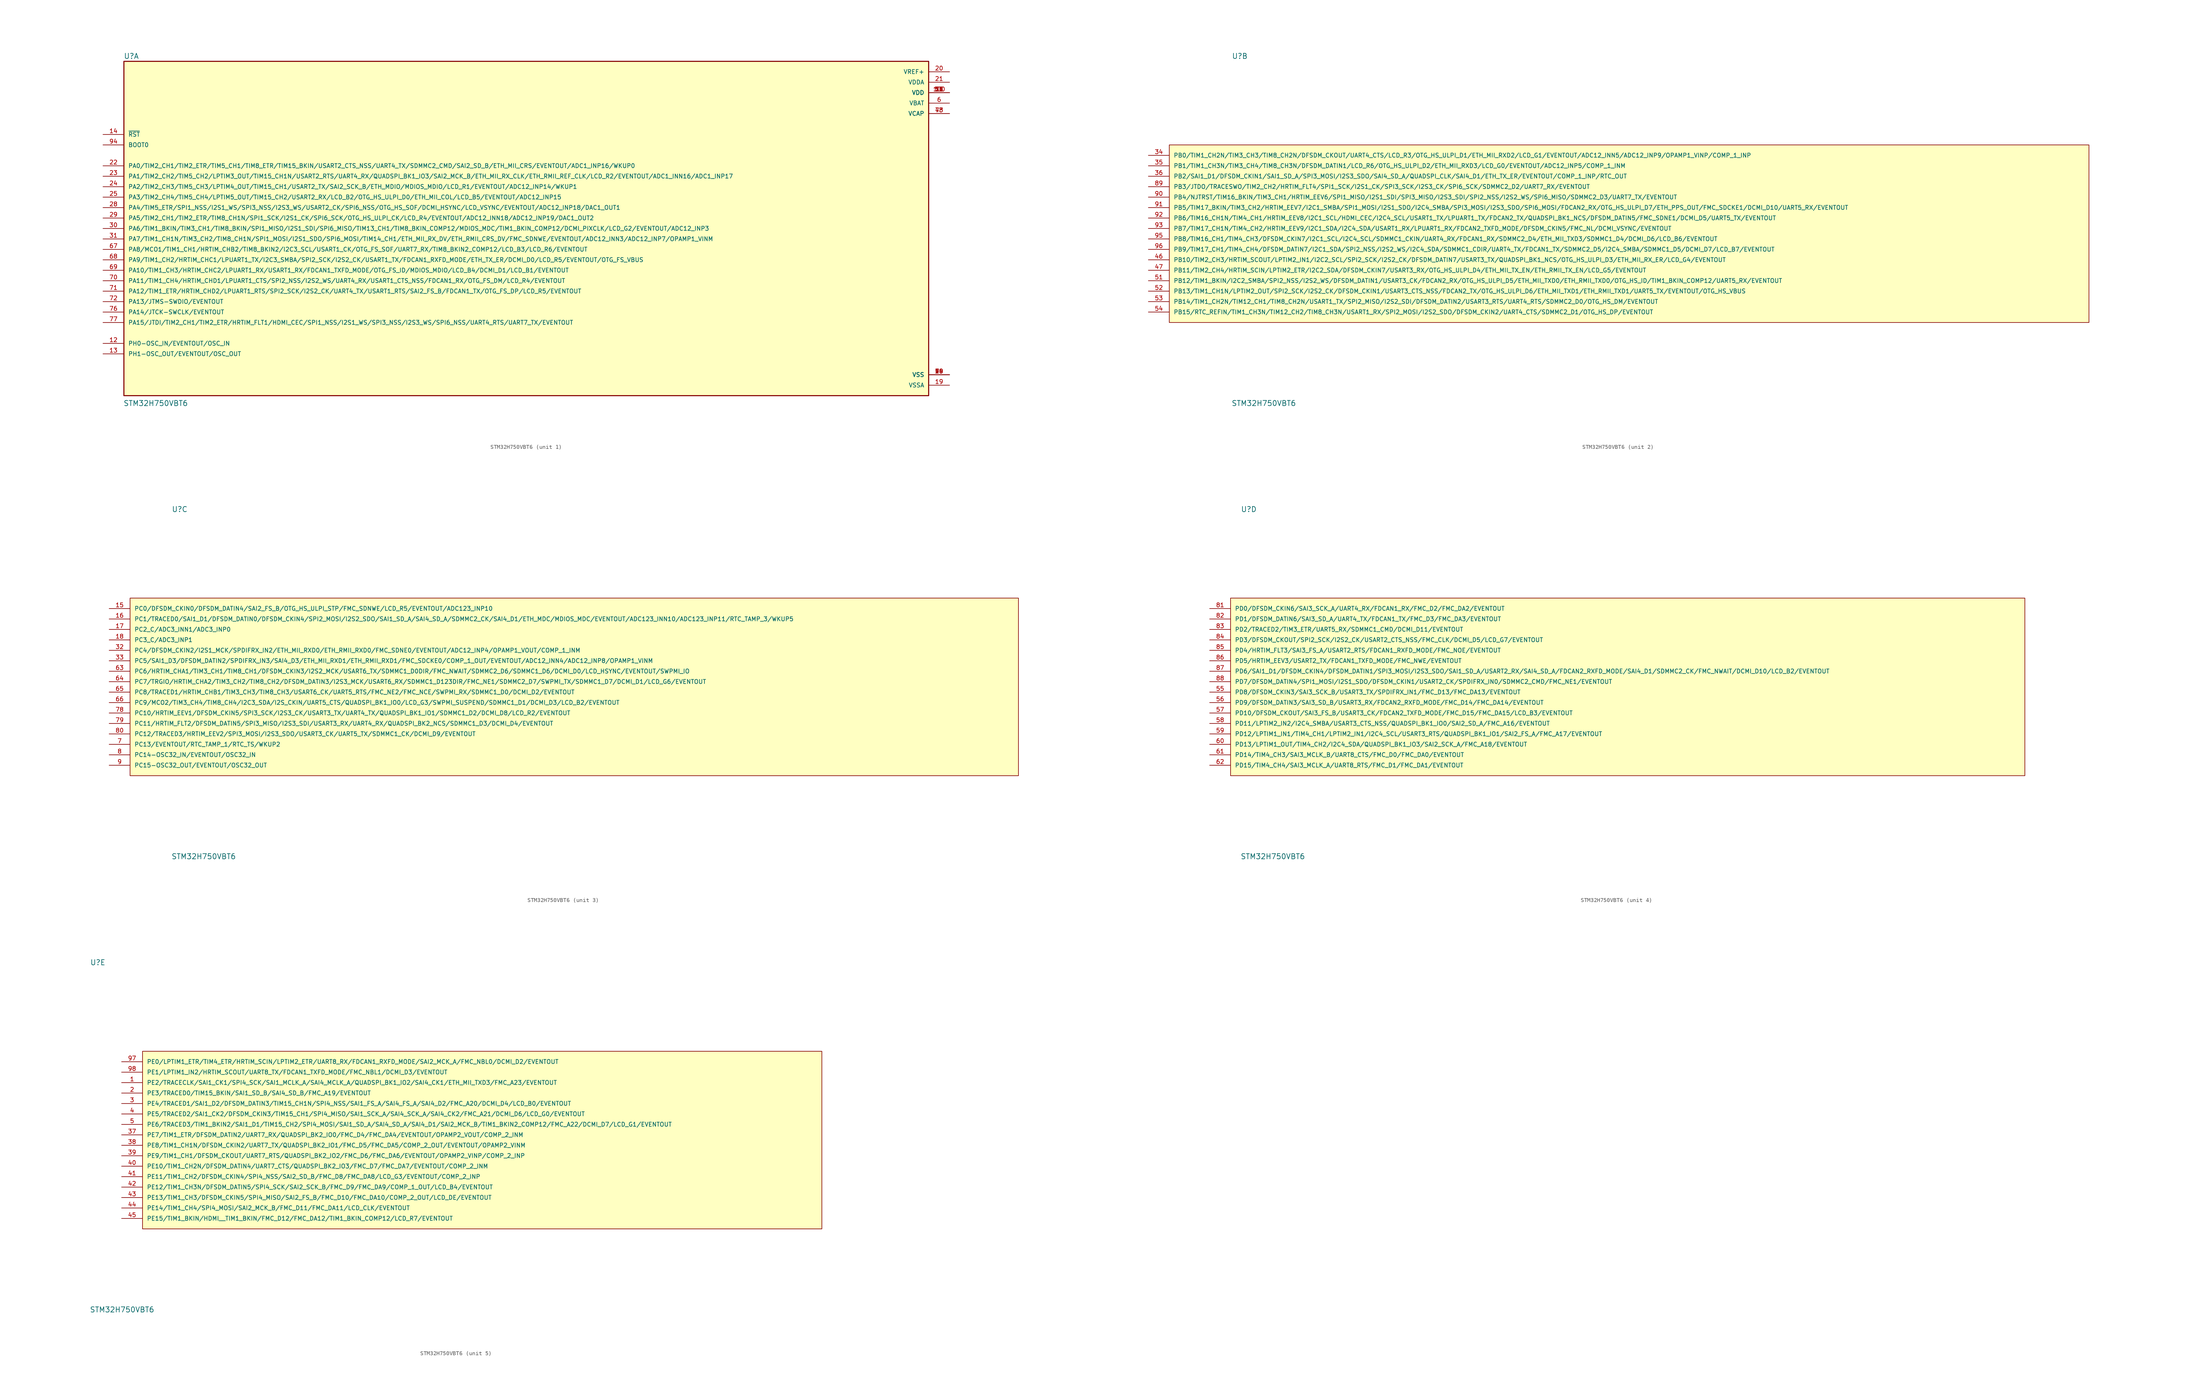
<source format=kicad_sym>
(kicad_symbol_lib
  (version 20211014)
  (generator kicad_symbol_editor)
  (symbol "STM32H750VBT6"
    (pin_names
      (offset 1.016))
    (property "Reference" "U"
      (at -96.564 41.166 0)
      (effects (font (size 1.27 1.27)) (justify bottom left)))
    (property "Value" "STM32H750VBT6"
      (at -96.654 -43.24 0)
      (effects (font (size 1.27 1.27)) (justify bottom left)))
    (symbol "STM32H750VBT6_1_0"
      (rectangle (start -96.52 -40.64) (end 99.06 40.64) (stroke (width 0.254)) (fill (type background)))
      (pin power_in line (at 104.14 30.48 180.0) (length 5.08) (name "VBAT" (effects (font (size 1.016 1.016)))) (number "6" (effects (font (size 1.016 1.016)))))
      (pin power_in line (at 104.14 -35.56 180.0) (length 5.08) (name "VSS" (effects (font (size 1.016 1.016)))) (number "10" (effects (font (size 1.016 1.016)))))
      (pin power_in line (at 104.14 -35.56 180.0) (length 5.08) (name "VSS" (effects (font (size 1.016 1.016)))) (number "26" (effects (font (size 1.016 1.016)))))
      (pin power_in line (at 104.14 -35.56 180.0) (length 5.08) (name "VSS" (effects (font (size 1.016 1.016)))) (number "49" (effects (font (size 1.016 1.016)))))
      (pin power_in line (at 104.14 -35.56 180.0) (length 5.08) (name "VSS" (effects (font (size 1.016 1.016)))) (number "74" (effects (font (size 1.016 1.016)))))
      (pin power_in line (at 104.14 -35.56 180.0) (length 5.08) (name "VSS" (effects (font (size 1.016 1.016)))) (number "99" (effects (font (size 1.016 1.016)))))
      (pin power_in line (at 104.14 33.02 180.0) (length 5.08) (name "VDD" (effects (font (size 1.016 1.016)))) (number "11" (effects (font (size 1.016 1.016)))))
      (pin power_in line (at 104.14 33.02 180.0) (length 5.08) (name "VDD" (effects (font (size 1.016 1.016)))) (number "27" (effects (font (size 1.016 1.016)))))
      (pin power_in line (at 104.14 33.02 180.0) (length 5.08) (name "VDD" (effects (font (size 1.016 1.016)))) (number "50" (effects (font (size 1.016 1.016)))))
      (pin power_in line (at 104.14 33.02 180.0) (length 5.08) (name "VDD" (effects (font (size 1.016 1.016)))) (number "75" (effects (font (size 1.016 1.016)))))
      (pin power_in line (at 104.14 33.02 180.0) (length 5.08) (name "VDD" (effects (font (size 1.016 1.016)))) (number "100" (effects (font (size 1.016 1.016)))))
      (pin bidirectional line (at -101.6 -27.94 0) (length 5.08) (name "PH0-OSC_IN/EVENTOUT/OSC_IN" (effects (font (size 1.016 1.016)))) (number "12" (effects (font (size 1.016 1.016)))))
      (pin bidirectional line (at -101.6 -30.48 0) (length 5.08) (name "PH1-OSC_OUT/EVENTOUT/OSC_OUT" (effects (font (size 1.016 1.016)))) (number "13" (effects (font (size 1.016 1.016)))))
      (pin input line (at -101.6 22.86 0) (length 5.08) (name "~{RST}" (effects (font (size 1.016 1.016)))) (number "14" (effects (font (size 1.016 1.016)))))
      (pin power_in line (at 104.14 -38.1 180.0) (length 5.08) (name "VSSA" (effects (font (size 1.016 1.016)))) (number "19" (effects (font (size 1.016 1.016)))))
      (pin power_in line (at 104.14 38.1 180.0) (length 5.08) (name "VREF+" (effects (font (size 1.016 1.016)))) (number "20" (effects (font (size 1.016 1.016)))))
      (pin power_in line (at 104.14 35.56 180.0) (length 5.08) (name "VDDA" (effects (font (size 1.016 1.016)))) (number "21" (effects (font (size 1.016 1.016)))))
      (pin bidirectional line (at -101.6 15.24 0) (length 5.08) (name "PA0/TIM2_CH1/TIM2_ETR/TIM5_CH1/TIM8_ETR/TIM15_BKIN/USART2_CTS_NSS/UART4_TX/SDMMC2_CMD/SAI2_SD_B/ETH_MII_CRS/EVENTOUT/ADC1_INP16/WKUP0" (effects (font (size 1.016 1.016)))) (number "22" (effects (font (size 1.016 1.016)))))
      (pin bidirectional line (at -101.6 12.7 0) (length 5.08) (name "PA1/TIM2_CH2/TIM5_CH2/LPTIM3_OUT/TIM15_CH1N/USART2_RTS/UART4_RX/QUADSPI_BK1_IO3/SAI2_MCK_B/ETH_MII_RX_CLK/ETH_RMII_REF_CLK/LCD_R2/EVENTOUT/ADC1_INN16/ADC1_INP17" (effects (font (size 1.016 1.016)))) (number "23" (effects (font (size 1.016 1.016)))))
      (pin bidirectional line (at -101.6 10.16 0) (length 5.08) (name "PA2/TIM2_CH3/TIM5_CH3/LPTIM4_OUT/TIM15_CH1/USART2_TX/SAI2_SCK_B/ETH_MDIO/MDIOS_MDIO/LCD_R1/EVENTOUT/ADC12_INP14/WKUP1" (effects (font (size 1.016 1.016)))) (number "24" (effects (font (size 1.016 1.016)))))
      (pin bidirectional line (at -101.6 7.62 0) (length 5.08) (name "PA3/TIM2_CH4/TIM5_CH4/LPTIM5_OUT/TIM15_CH2/USART2_RX/LCD_B2/OTG_HS_ULPI_D0/ETH_MII_COL/LCD_B5/EVENTOUT/ADC12_INP15" (effects (font (size 1.016 1.016)))) (number "25" (effects (font (size 1.016 1.016)))))
      (pin bidirectional line (at -101.6 5.08 0) (length 5.08) (name "PA4/TIM5_ETR/SPI1_NSS/I2S1_WS/SPI3_NSS/I2S3_WS/USART2_CK/SPI6_NSS/OTG_HS_SOF/DCMI_HSYNC/LCD_VSYNC/EVENTOUT/ADC12_INP18/DAC1_OUT1" (effects (font (size 1.016 1.016)))) (number "28" (effects (font (size 1.016 1.016)))))
      (pin bidirectional line (at -101.6 2.54 0) (length 5.08) (name "PA5/TIM2_CH1/TIM2_ETR/TIM8_CH1N/SPI1_SCK/I2S1_CK/SPI6_SCK/OTG_HS_ULPI_CK/LCD_R4/EVENTOUT/ADC12_INN18/ADC12_INP19/DAC1_OUT2" (effects (font (size 1.016 1.016)))) (number "29" (effects (font (size 1.016 1.016)))))
      (pin bidirectional line (at -101.6 0.0 0) (length 5.08) (name "PA6/TIM1_BKIN/TIM3_CH1/TIM8_BKIN/SPI1_MISO/I2S1_SDI/SPI6_MISO/TIM13_CH1/TIM8_BKIN_COMP12/MDIOS_MDC/TIM1_BKIN_COMP12/DCMI_PIXCLK/LCD_G2/EVENTOUT/ADC12_INP3" (effects (font (size 1.016 1.016)))) (number "30" (effects (font (size 1.016 1.016)))))
      (pin bidirectional line (at -101.6 -2.54 0) (length 5.08) (name "PA7/TIM1_CH1N/TIM3_CH2/TIM8_CH1N/SPI1_MOSI/I2S1_SDO/SPI6_MOSI/TIM14_CH1/ETH_MII_RX_DV/ETH_RMII_CRS_DV/FMC_SDNWE/EVENTOUT/ADC12_INN3/ADC12_INP7/OPAMP1_VINM" (effects (font (size 1.016 1.016)))) (number "31" (effects (font (size 1.016 1.016)))))
      (pin power_in line (at 104.14 27.94 180.0) (length 5.08) (name "VCAP" (effects (font (size 1.016 1.016)))) (number "48" (effects (font (size 1.016 1.016)))))
      (pin power_in line (at 104.14 27.94 180.0) (length 5.08) (name "VCAP" (effects (font (size 1.016 1.016)))) (number "73" (effects (font (size 1.016 1.016)))))
      (pin bidirectional line (at -101.6 -5.08 0) (length 5.08) (name "PA8/MCO1/TIM1_CH1/HRTIM_CHB2/TIM8_BKIN2/I2C3_SCL/USART1_CK/OTG_FS_SOF/UART7_RX/TIM8_BKIN2_COMP12/LCD_B3/LCD_R6/EVENTOUT" (effects (font (size 1.016 1.016)))) (number "67" (effects (font (size 1.016 1.016)))))
      (pin bidirectional line (at -101.6 -7.62 0) (length 5.08) (name "PA9/TIM1_CH2/HRTIM_CHC1/LPUART1_TX/I2C3_SMBA/SPI2_SCK/I2S2_CK/USART1_TX/FDCAN1_RXFD_MODE/ETH_TX_ER/DCMI_D0/LCD_R5/EVENTOUT/OTG_FS_VBUS" (effects (font (size 1.016 1.016)))) (number "68" (effects (font (size 1.016 1.016)))))
      (pin bidirectional line (at -101.6 -10.16 0) (length 5.08) (name "PA10/TIM1_CH3/HRTIM_CHC2/LPUART1_RX/USART1_RX/FDCAN1_TXFD_MODE/OTG_FS_ID/MDIOS_MDIO/LCD_B4/DCMI_D1/LCD_B1/EVENTOUT" (effects (font (size 1.016 1.016)))) (number "69" (effects (font (size 1.016 1.016)))))
      (pin bidirectional line (at -101.6 -12.7 0) (length 5.08) (name "PA11/TIM1_CH4/HRTIM_CHD1/LPUART1_CTS/SPI2_NSS/I2S2_WS/UART4_RX/USART1_CTS_NSS/FDCAN1_RX/OTG_FS_DM/LCD_R4/EVENTOUT" (effects (font (size 1.016 1.016)))) (number "70" (effects (font (size 1.016 1.016)))))
      (pin bidirectional line (at -101.6 -15.24 0) (length 5.08) (name "PA12/TIM1_ETR/HRTIM_CHD2/LPUART1_RTS/SPI2_SCK/I2S2_CK/UART4_TX/USART1_RTS/SAI2_FS_B/FDCAN1_TX/OTG_FS_DP/LCD_R5/EVENTOUT" (effects (font (size 1.016 1.016)))) (number "71" (effects (font (size 1.016 1.016)))))
      (pin bidirectional line (at -101.6 -17.78 0) (length 5.08) (name "PA13/JTMS-SWDIO/EVENTOUT" (effects (font (size 1.016 1.016)))) (number "72" (effects (font (size 1.016 1.016)))))
      (pin bidirectional line (at -101.6 -20.32 0) (length 5.08) (name "PA14/JTCK-SWCLK/EVENTOUT" (effects (font (size 1.016 1.016)))) (number "76" (effects (font (size 1.016 1.016)))))
      (pin bidirectional line (at -101.6 -22.86 0) (length 5.08) (name "PA15/JTDI/TIM2_CH1/TIM2_ETR/HRTIM_FLT1/HDMI_CEC/SPI1_NSS/I2S1_WS/SPI3_NSS/I2S3_WS/SPI6_NSS/UART4_RTS/UART7_TX/EVENTOUT" (effects (font (size 1.016 1.016)))) (number "77" (effects (font (size 1.016 1.016)))))
      (pin input line (at -101.6 20.32 0) (length 5.08) (name "BOOT0" (effects (font (size 1.016 1.016)))) (number "94" (effects (font (size 1.016 1.016))))))
    (symbol "STM32H750VBT6_2_0"
      (rectangle (start -111.76 -22.86) (end 111.76 20.32) (stroke (width 0.152)) (fill (type background)))
      (pin bidirectional line (at -116.84 17.78 0) (length 5.08) (name "PB0/TIM1_CH2N/TIM3_CH3/TIM8_CH2N/DFSDM_CKOUT/UART4_CTS/LCD_R3/OTG_HS_ULPI_D1/ETH_MII_RXD2/LCD_G1/EVENTOUT/ADC12_INN5/ADC12_INP9/OPAMP1_VINP/COMP_1_INP" (effects (font (size 1.016 1.016)))) (number "34" (effects (font (size 1.016 1.016)))))
      (pin bidirectional line (at -116.84 15.24 0) (length 5.08) (name "PB1/TIM1_CH3N/TIM3_CH4/TIM8_CH3N/DFSDM_DATIN1/LCD_R6/OTG_HS_ULPI_D2/ETH_MII_RXD3/LCD_G0/EVENTOUT/ADC12_INP5/COMP_1_INM" (effects (font (size 1.016 1.016)))) (number "35" (effects (font (size 1.016 1.016)))))
      (pin bidirectional line (at -116.84 12.7 0) (length 5.08) (name "PB2/SAI1_D1/DFSDM_CKIN1/SAI1_SD_A/SPI3_MOSI/I2S3_SDO/SAI4_SD_A/QUADSPI_CLK/SAI4_D1/ETH_TX_ER/EVENTOUT/COMP_1_INP/RTC_OUT" (effects (font (size 1.016 1.016)))) (number "36" (effects (font (size 1.016 1.016)))))
      (pin bidirectional line (at -116.84 -7.62 0) (length 5.08) (name "PB10/TIM2_CH3/HRTIM_SCOUT/LPTIM2_IN1/I2C2_SCL/SPI2_SCK/I2S2_CK/DFSDM_DATIN7/USART3_TX/QUADSPI_BK1_NCS/OTG_HS_ULPI_D3/ETH_MII_RX_ER/LCD_G4/EVENTOUT" (effects (font (size 1.016 1.016)))) (number "46" (effects (font (size 1.016 1.016)))))
      (pin bidirectional line (at -116.84 -10.16 0) (length 5.08) (name "PB11/TIM2_CH4/HRTIM_SCIN/LPTIM2_ETR/I2C2_SDA/DFSDM_CKIN7/USART3_RX/OTG_HS_ULPI_D4/ETH_MII_TX_EN/ETH_RMII_TX_EN/LCD_G5/EVENTOUT" (effects (font (size 1.016 1.016)))) (number "47" (effects (font (size 1.016 1.016)))))
      (pin bidirectional line (at -116.84 -12.7 0) (length 5.08) (name "PB12/TIM1_BKIN/I2C2_SMBA/SPI2_NSS/I2S2_WS/DFSDM_DATIN1/USART3_CK/FDCAN2_RX/OTG_HS_ULPI_D5/ETH_MII_TXD0/ETH_RMII_TXD0/OTG_HS_ID/TIM1_BKIN_COMP12/UART5_RX/EVENTOUT" (effects (font (size 1.016 1.016)))) (number "51" (effects (font (size 1.016 1.016)))))
      (pin bidirectional line (at -116.84 -15.24 0) (length 5.08) (name "PB13/TIM1_CH1N/LPTIM2_OUT/SPI2_SCK/I2S2_CK/DFSDM_CKIN1/USART3_CTS_NSS/FDCAN2_TX/OTG_HS_ULPI_D6/ETH_MII_TXD1/ETH_RMII_TXD1/UART5_TX/EVENTOUT/OTG_HS_VBUS" (effects (font (size 1.016 1.016)))) (number "52" (effects (font (size 1.016 1.016)))))
      (pin bidirectional line (at -116.84 -17.78 0) (length 5.08) (name "PB14/TIM1_CH2N/TIM12_CH1/TIM8_CH2N/USART1_TX/SPI2_MISO/I2S2_SDI/DFSDM_DATIN2/USART3_RTS/UART4_RTS/SDMMC2_D0/OTG_HS_DM/EVENTOUT" (effects (font (size 1.016 1.016)))) (number "53" (effects (font (size 1.016 1.016)))))
      (pin bidirectional line (at -116.84 -20.32 0) (length 5.08) (name "PB15/RTC_REFIN/TIM1_CH3N/TIM12_CH2/TIM8_CH3N/USART1_RX/SPI2_MOSI/I2S2_SDO/DFSDM_CKIN2/UART4_CTS/SDMMC2_D1/OTG_HS_DP/EVENTOUT" (effects (font (size 1.016 1.016)))) (number "54" (effects (font (size 1.016 1.016)))))
      (pin bidirectional line (at -116.84 10.16 0) (length 5.08) (name "PB3/JTDO/TRACESWO/TIM2_CH2/HRTIM_FLT4/SPI1_SCK/I2S1_CK/SPI3_SCK/I2S3_CK/SPI6_SCK/SDMMC2_D2/UART7_RX/EVENTOUT" (effects (font (size 1.016 1.016)))) (number "89" (effects (font (size 1.016 1.016)))))
      (pin bidirectional line (at -116.84 7.62 0) (length 5.08) (name "PB4/NJTRST/TIM16_BKIN/TIM3_CH1/HRTIM_EEV6/SPI1_MISO/I2S1_SDI/SPI3_MISO/I2S3_SDI/SPI2_NSS/I2S2_WS/SPI6_MISO/SDMMC2_D3/UART7_TX/EVENTOUT" (effects (font (size 1.016 1.016)))) (number "90" (effects (font (size 1.016 1.016)))))
      (pin bidirectional line (at -116.84 5.08 0) (length 5.08) (name "PB5/TIM17_BKIN/TIM3_CH2/HRTIM_EEV7/I2C1_SMBA/SPI1_MOSI/I2S1_SDO/I2C4_SMBA/SPI3_MOSI/I2S3_SDO/SPI6_MOSI/FDCAN2_RX/OTG_HS_ULPI_D7/ETH_PPS_OUT/FMC_SDCKE1/DCMI_D10/UART5_RX/EVENTOUT" (effects (font (size 1.016 1.016)))) (number "91" (effects (font (size 1.016 1.016)))))
      (pin bidirectional line (at -116.84 2.54 0) (length 5.08) (name "PB6/TIM16_CH1N/TIM4_CH1/HRTIM_EEV8/I2C1_SCL/HDMI_CEC/I2C4_SCL/USART1_TX/LPUART1_TX/FDCAN2_TX/QUADSPI_BK1_NCS/DFSDM_DATIN5/FMC_SDNE1/DCMI_D5/UART5_TX/EVENTOUT" (effects (font (size 1.016 1.016)))) (number "92" (effects (font (size 1.016 1.016)))))
      (pin bidirectional line (at -116.84 0.0 0) (length 5.08) (name "PB7/TIM17_CH1N/TIM4_CH2/HRTIM_EEV9/I2C1_SDA/I2C4_SDA/USART1_RX/LPUART1_RX/FDCAN2_TXFD_MODE/DFSDM_CKIN5/FMC_NL/DCMI_VSYNC/EVENTOUT" (effects (font (size 1.016 1.016)))) (number "93" (effects (font (size 1.016 1.016)))))
      (pin bidirectional line (at -116.84 -2.54 0) (length 5.08) (name "PB8/TIM16_CH1/TIM4_CH3/DFSDM_CKIN7/I2C1_SCL/I2C4_SCL/SDMMC1_CKIN/UART4_RX/FDCAN1_RX/SDMMC2_D4/ETH_MII_TXD3/SDMMC1_D4/DCMI_D6/LCD_B6/EVENTOUT" (effects (font (size 1.016 1.016)))) (number "95" (effects (font (size 1.016 1.016)))))
      (pin bidirectional line (at -116.84 -5.08 0) (length 5.08) (name "PB9/TIM17_CH1/TIM4_CH4/DFSDM_DATIN7/I2C1_SDA/SPI2_NSS/I2S2_WS/I2C4_SDA/SDMMC1_CDIR/UART4_TX/FDCAN1_TX/SDMMC2_D5/I2C4_SMBA/SDMMC1_D5/DCMI_D7/LCD_B7/EVENTOUT" (effects (font (size 1.016 1.016)))) (number "96" (effects (font (size 1.016 1.016))))))
    (symbol "STM32H750VBT6_3_0"
      (rectangle (start -106.68 -22.86) (end 109.22 20.32) (stroke (width 0.152)) (fill (type background)))
      (pin bidirectional line (at -111.76 -15.24 0) (length 5.08) (name "PC13/EVENTOUT/RTC_TAMP_1/RTC_TS/WKUP2" (effects (font (size 1.016 1.016)))) (number "7" (effects (font (size 1.016 1.016)))))
      (pin bidirectional line (at -111.76 -17.78 0) (length 5.08) (name "PC14-OSC32_IN/EVENTOUT/OSC32_IN" (effects (font (size 1.016 1.016)))) (number "8" (effects (font (size 1.016 1.016)))))
      (pin bidirectional line (at -111.76 -20.32 0) (length 5.08) (name "PC15-OSC32_OUT/EVENTOUT/OSC32_OUT" (effects (font (size 1.016 1.016)))) (number "9" (effects (font (size 1.016 1.016)))))
      (pin bidirectional line (at -111.76 17.78 0) (length 5.08) (name "PC0/DFSDM_CKIN0/DFSDM_DATIN4/SAI2_FS_B/OTG_HS_ULPI_STP/FMC_SDNWE/LCD_R5/EVENTOUT/ADC123_INP10" (effects (font (size 1.016 1.016)))) (number "15" (effects (font (size 1.016 1.016)))))
      (pin bidirectional line (at -111.76 15.24 0) (length 5.08) (name "PC1/TRACED0/SAI1_D1/DFSDM_DATIN0/DFSDM_CKIN4/SPI2_MOSI/I2S2_SDO/SAI1_SD_A/SAI4_SD_A/SDMMC2_CK/SAI4_D1/ETH_MDC/MDIOS_MDC/EVENTOUT/ADC123_INN10/ADC123_INP11/RTC_TAMP_3/WKUP5" (effects (font (size 1.016 1.016)))) (number "16" (effects (font (size 1.016 1.016)))))
      (pin bidirectional line (at -111.76 12.7 0) (length 5.08) (name "PC2_C/ADC3_INN1/ADC3_INP0" (effects (font (size 1.016 1.016)))) (number "17" (effects (font (size 1.016 1.016)))))
      (pin bidirectional line (at -111.76 10.16 0) (length 5.08) (name "PC3_C/ADC3_INP1" (effects (font (size 1.016 1.016)))) (number "18" (effects (font (size 1.016 1.016)))))
      (pin bidirectional line (at -111.76 7.62 0) (length 5.08) (name "PC4/DFSDM_CKIN2/I2S1_MCK/SPDIFRX_IN2/ETH_MII_RXD0/ETH_RMII_RXD0/FMC_SDNE0/EVENTOUT/ADC12_INP4/OPAMP1_VOUT/COMP_1_INM" (effects (font (size 1.016 1.016)))) (number "32" (effects (font (size 1.016 1.016)))))
      (pin bidirectional line (at -111.76 5.08 0) (length 5.08) (name "PC5/SAI1_D3/DFSDM_DATIN2/SPDIFRX_IN3/SAI4_D3/ETH_MII_RXD1/ETH_RMII_RXD1/FMC_SDCKE0/COMP_1_OUT/EVENTOUT/ADC12_INN4/ADC12_INP8/OPAMP1_VINM" (effects (font (size 1.016 1.016)))) (number "33" (effects (font (size 1.016 1.016)))))
      (pin bidirectional line (at -111.76 2.54 0) (length 5.08) (name "PC6/HRTIM_CHA1/TIM3_CH1/TIM8_CH1/DFSDM_CKIN3/I2S2_MCK/USART6_TX/SDMMC1_D0DIR/FMC_NWAIT/SDMMC2_D6/SDMMC1_D6/DCMI_D0/LCD_HSYNC/EVENTOUT/SWPMI_IO" (effects (font (size 1.016 1.016)))) (number "63" (effects (font (size 1.016 1.016)))))
      (pin bidirectional line (at -111.76 0.0 0) (length 5.08) (name "PC7/TRGIO/HRTIM_CHA2/TIM3_CH2/TIM8_CH2/DFSDM_DATIN3/I2S3_MCK/USART6_RX/SDMMC1_D123DIR/FMC_NE1/SDMMC2_D7/SWPMI_TX/SDMMC1_D7/DCMI_D1/LCD_G6/EVENTOUT" (effects (font (size 1.016 1.016)))) (number "64" (effects (font (size 1.016 1.016)))))
      (pin bidirectional line (at -111.76 -2.54 0) (length 5.08) (name "PC8/TRACED1/HRTIM_CHB1/TIM3_CH3/TIM8_CH3/USART6_CK/UART5_RTS/FMC_NE2/FMC_NCE/SWPMI_RX/SDMMC1_D0/DCMI_D2/EVENTOUT" (effects (font (size 1.016 1.016)))) (number "65" (effects (font (size 1.016 1.016)))))
      (pin bidirectional line (at -111.76 -5.08 0) (length 5.08) (name "PC9/MCO2/TIM3_CH4/TIM8_CH4/I2C3_SDA/I2S_CKIN/UART5_CTS/QUADSPI_BK1_IO0/LCD_G3/SWPMI_SUSPEND/SDMMC1_D1/DCMI_D3/LCD_B2/EVENTOUT" (effects (font (size 1.016 1.016)))) (number "66" (effects (font (size 1.016 1.016)))))
      (pin bidirectional line (at -111.76 -7.62 0) (length 5.08) (name "PC10/HRTIM_EEV1/DFSDM_CKIN5/SPI3_SCK/I2S3_CK/USART3_TX/UART4_TX/QUADSPI_BK1_IO1/SDMMC1_D2/DCMI_D8/LCD_R2/EVENTOUT" (effects (font (size 1.016 1.016)))) (number "78" (effects (font (size 1.016 1.016)))))
      (pin bidirectional line (at -111.76 -10.16 0) (length 5.08) (name "PC11/HRTIM_FLT2/DFSDM_DATIN5/SPI3_MISO/I2S3_SDI/USART3_RX/UART4_RX/QUADSPI_BK2_NCS/SDMMC1_D3/DCMI_D4/EVENTOUT" (effects (font (size 1.016 1.016)))) (number "79" (effects (font (size 1.016 1.016)))))
      (pin bidirectional line (at -111.76 -12.7 0) (length 5.08) (name "PC12/TRACED3/HRTIM_EEV2/SPI3_MOSI/I2S3_SDO/USART3_CK/UART5_TX/SDMMC1_CK/DCMI_D9/EVENTOUT" (effects (font (size 1.016 1.016)))) (number "80" (effects (font (size 1.016 1.016))))))
    (symbol "STM32H750VBT6_4_0"
      (rectangle (start -99.06 -22.86) (end 93.98 20.32) (stroke (width 0.152)) (fill (type background)))
      (pin bidirectional line (at -104.14 -2.54 0) (length 5.08) (name "PD8/DFSDM_CKIN3/SAI3_SCK_B/USART3_TX/SPDIFRX_IN1/FMC_D13/FMC_DA13/EVENTOUT" (effects (font (size 1.016 1.016)))) (number "55" (effects (font (size 1.016 1.016)))))
      (pin bidirectional line (at -104.14 -5.08 0) (length 5.08) (name "PD9/DFSDM_DATIN3/SAI3_SD_B/USART3_RX/FDCAN2_RXFD_MODE/FMC_D14/FMC_DA14/EVENTOUT" (effects (font (size 1.016 1.016)))) (number "56" (effects (font (size 1.016 1.016)))))
      (pin bidirectional line (at -104.14 -7.62 0) (length 5.08) (name "PD10/DFSDM_CKOUT/SAI3_FS_B/USART3_CK/FDCAN2_TXFD_MODE/FMC_D15/FMC_DA15/LCD_B3/EVENTOUT" (effects (font (size 1.016 1.016)))) (number "57" (effects (font (size 1.016 1.016)))))
      (pin bidirectional line (at -104.14 -10.16 0) (length 5.08) (name "PD11/LPTIM2_IN2/I2C4_SMBA/USART3_CTS_NSS/QUADSPI_BK1_IO0/SAI2_SD_A/FMC_A16/EVENTOUT" (effects (font (size 1.016 1.016)))) (number "58" (effects (font (size 1.016 1.016)))))
      (pin bidirectional line (at -104.14 -12.7 0) (length 5.08) (name "PD12/LPTIM1_IN1/TIM4_CH1/LPTIM2_IN1/I2C4_SCL/USART3_RTS/QUADSPI_BK1_IO1/SAI2_FS_A/FMC_A17/EVENTOUT" (effects (font (size 1.016 1.016)))) (number "59" (effects (font (size 1.016 1.016)))))
      (pin bidirectional line (at -104.14 -15.24 0) (length 5.08) (name "PD13/LPTIM1_OUT/TIM4_CH2/I2C4_SDA/QUADSPI_BK1_IO3/SAI2_SCK_A/FMC_A18/EVENTOUT" (effects (font (size 1.016 1.016)))) (number "60" (effects (font (size 1.016 1.016)))))
      (pin bidirectional line (at -104.14 -17.78 0) (length 5.08) (name "PD14/TIM4_CH3/SAI3_MCLK_B/UART8_CTS/FMC_D0/FMC_DA0/EVENTOUT" (effects (font (size 1.016 1.016)))) (number "61" (effects (font (size 1.016 1.016)))))
      (pin bidirectional line (at -104.14 -20.32 0) (length 5.08) (name "PD15/TIM4_CH4/SAI3_MCLK_A/UART8_RTS/FMC_D1/FMC_DA1/EVENTOUT" (effects (font (size 1.016 1.016)))) (number "62" (effects (font (size 1.016 1.016)))))
      (pin bidirectional line (at -104.14 17.78 0) (length 5.08) (name "PD0/DFSDM_CKIN6/SAI3_SCK_A/UART4_RX/FDCAN1_RX/FMC_D2/FMC_DA2/EVENTOUT" (effects (font (size 1.016 1.016)))) (number "81" (effects (font (size 1.016 1.016)))))
      (pin bidirectional line (at -104.14 15.24 0) (length 5.08) (name "PD1/DFSDM_DATIN6/SAI3_SD_A/UART4_TX/FDCAN1_TX/FMC_D3/FMC_DA3/EVENTOUT" (effects (font (size 1.016 1.016)))) (number "82" (effects (font (size 1.016 1.016)))))
      (pin bidirectional line (at -104.14 12.7 0) (length 5.08) (name "PD2/TRACED2/TIM3_ETR/UART5_RX/SDMMC1_CMD/DCMI_D11/EVENTOUT" (effects (font (size 1.016 1.016)))) (number "83" (effects (font (size 1.016 1.016)))))
      (pin bidirectional line (at -104.14 10.16 0) (length 5.08) (name "PD3/DFSDM_CKOUT/SPI2_SCK/I2S2_CK/USART2_CTS_NSS/FMC_CLK/DCMI_D5/LCD_G7/EVENTOUT" (effects (font (size 1.016 1.016)))) (number "84" (effects (font (size 1.016 1.016)))))
      (pin bidirectional line (at -104.14 7.62 0) (length 5.08) (name "PD4/HRTIM_FLT3/SAI3_FS_A/USART2_RTS/FDCAN1_RXFD_MODE/FMC_NOE/EVENTOUT" (effects (font (size 1.016 1.016)))) (number "85" (effects (font (size 1.016 1.016)))))
      (pin bidirectional line (at -104.14 5.08 0) (length 5.08) (name "PD5/HRTIM_EEV3/USART2_TX/FDCAN1_TXFD_MODE/FMC_NWE/EVENTOUT" (effects (font (size 1.016 1.016)))) (number "86" (effects (font (size 1.016 1.016)))))
      (pin bidirectional line (at -104.14 2.54 0) (length 5.08) (name "PD6/SAI1_D1/DFSDM_CKIN4/DFSDM_DATIN1/SPI3_MOSI/I2S3_SDO/SAI1_SD_A/USART2_RX/SAI4_SD_A/FDCAN2_RXFD_MODE/SAI4_D1/SDMMC2_CK/FMC_NWAIT/DCMI_D10/LCD_B2/EVENTOUT" (effects (font (size 1.016 1.016)))) (number "87" (effects (font (size 1.016 1.016)))))
      (pin bidirectional line (at -104.14 0.0 0) (length 5.08) (name "PD7/DFSDM_DATIN4/SPI1_MOSI/I2S1_SDO/DFSDM_CKIN1/USART2_CK/SPDIFRX_IN0/SDMMC2_CMD/FMC_NE1/EVENTOUT" (effects (font (size 1.016 1.016)))) (number "88" (effects (font (size 1.016 1.016))))))
    (symbol "STM32H750VBT6_5_0"
      (rectangle (start -83.82 -22.86) (end 81.28 20.32) (stroke (width 0.152)) (fill (type background)))
      (pin bidirectional line (at -88.9 12.7 0) (length 5.08) (name "PE2/TRACECLK/SAI1_CK1/SPI4_SCK/SAI1_MCLK_A/SAI4_MCLK_A/QUADSPI_BK1_IO2/SAI4_CK1/ETH_MII_TXD3/FMC_A23/EVENTOUT" (effects (font (size 1.016 1.016)))) (number "1" (effects (font (size 1.016 1.016)))))
      (pin bidirectional line (at -88.9 10.16 0) (length 5.08) (name "PE3/TRACED0/TIM15_BKIN/SAI1_SD_B/SAI4_SD_B/FMC_A19/EVENTOUT" (effects (font (size 1.016 1.016)))) (number "2" (effects (font (size 1.016 1.016)))))
      (pin bidirectional line (at -88.9 7.62 0) (length 5.08) (name "PE4/TRACED1/SAI1_D2/DFSDM_DATIN3/TIM15_CH1N/SPI4_NSS/SAI1_FS_A/SAI4_FS_A/SAI4_D2/FMC_A20/DCMI_D4/LCD_B0/EVENTOUT" (effects (font (size 1.016 1.016)))) (number "3" (effects (font (size 1.016 1.016)))))
      (pin bidirectional line (at -88.9 5.08 0) (length 5.08) (name "PE5/TRACED2/SAI1_CK2/DFSDM_CKIN3/TIM15_CH1/SPI4_MISO/SAI1_SCK_A/SAI4_SCK_A/SAI4_CK2/FMC_A21/DCMI_D6/LCD_G0/EVENTOUT" (effects (font (size 1.016 1.016)))) (number "4" (effects (font (size 1.016 1.016)))))
      (pin bidirectional line (at -88.9 2.54 0) (length 5.08) (name "PE6/TRACED3/TIM1_BKIN2/SAI1_D1/TIM15_CH2/SPI4_MOSI/SAI1_SD_A/SAI4_SD_A/SAI4_D1/SAI2_MCK_B/TIM1_BKIN2_COMP12/FMC_A22/DCMI_D7/LCD_G1/EVENTOUT" (effects (font (size 1.016 1.016)))) (number "5" (effects (font (size 1.016 1.016)))))
      (pin bidirectional line (at -88.9 0.0 0) (length 5.08) (name "PE7/TIM1_ETR/DFSDM_DATIN2/UART7_RX/QUADSPI_BK2_IO0/FMC_D4/FMC_DA4/EVENTOUT/OPAMP2_VOUT/COMP_2_INM" (effects (font (size 1.016 1.016)))) (number "37" (effects (font (size 1.016 1.016)))))
      (pin bidirectional line (at -88.9 -2.54 0) (length 5.08) (name "PE8/TIM1_CH1N/DFSDM_CKIN2/UART7_TX/QUADSPI_BK2_IO1/FMC_D5/FMC_DA5/COMP_2_OUT/EVENTOUT/OPAMP2_VINM" (effects (font (size 1.016 1.016)))) (number "38" (effects (font (size 1.016 1.016)))))
      (pin bidirectional line (at -88.9 -5.08 0) (length 5.08) (name "PE9/TIM1_CH1/DFSDM_CKOUT/UART7_RTS/QUADSPI_BK2_IO2/FMC_D6/FMC_DA6/EVENTOUT/OPAMP2_VINP/COMP_2_INP" (effects (font (size 1.016 1.016)))) (number "39" (effects (font (size 1.016 1.016)))))
      (pin bidirectional line (at -88.9 -7.62 0) (length 5.08) (name "PE10/TIM1_CH2N/DFSDM_DATIN4/UART7_CTS/QUADSPI_BK2_IO3/FMC_D7/FMC_DA7/EVENTOUT/COMP_2_INM" (effects (font (size 1.016 1.016)))) (number "40" (effects (font (size 1.016 1.016)))))
      (pin bidirectional line (at -88.9 -10.16 0) (length 5.08) (name "PE11/TIM1_CH2/DFSDM_CKIN4/SPI4_NSS/SAI2_SD_B/FMC_D8/FMC_DA8/LCD_G3/EVENTOUT/COMP_2_INP" (effects (font (size 1.016 1.016)))) (number "41" (effects (font (size 1.016 1.016)))))
      (pin bidirectional line (at -88.9 -12.7 0) (length 5.08) (name "PE12/TIM1_CH3N/DFSDM_DATIN5/SPI4_SCK/SAI2_SCK_B/FMC_D9/FMC_DA9/COMP_1_OUT/LCD_B4/EVENTOUT" (effects (font (size 1.016 1.016)))) (number "42" (effects (font (size 1.016 1.016)))))
      (pin bidirectional line (at -88.9 -15.24 0) (length 5.08) (name "PE13/TIM1_CH3/DFSDM_CKIN5/SPI4_MISO/SAI2_FS_B/FMC_D10/FMC_DA10/COMP_2_OUT/LCD_DE/EVENTOUT" (effects (font (size 1.016 1.016)))) (number "43" (effects (font (size 1.016 1.016)))))
      (pin bidirectional line (at -88.9 -17.78 0) (length 5.08) (name "PE14/TIM1_CH4/SPI4_MOSI/SAI2_MCK_B/FMC_D11/FMC_DA11/LCD_CLK/EVENTOUT" (effects (font (size 1.016 1.016)))) (number "44" (effects (font (size 1.016 1.016)))))
      (pin bidirectional line (at -88.9 -20.32 0) (length 5.08) (name "PE15/TIM1_BKIN/HDMI__TIM1_BKIN/FMC_D12/FMC_DA12/TIM1_BKIN_COMP12/LCD_R7/EVENTOUT" (effects (font (size 1.016 1.016)))) (number "45" (effects (font (size 1.016 1.016)))))
      (pin bidirectional line (at -88.9 17.78 0) (length 5.08) (name "PE0/LPTIM1_ETR/TIM4_ETR/HRTIM_SCIN/LPTIM2_ETR/UART8_RX/FDCAN1_RXFD_MODE/SAI2_MCK_A/FMC_NBL0/DCMI_D2/EVENTOUT" (effects (font (size 1.016 1.016)))) (number "97" (effects (font (size 1.016 1.016)))))
      (pin bidirectional line (at -88.9 15.24 0) (length 5.08) (name "PE1/LPTIM1_IN2/HRTIM_SCOUT/UART8_TX/FDCAN1_TXFD_MODE/FMC_NBL1/DCMI_D3/EVENTOUT" (effects (font (size 1.016 1.016)))) (number "98" (effects (font (size 1.016 1.016))))))))
</source>
